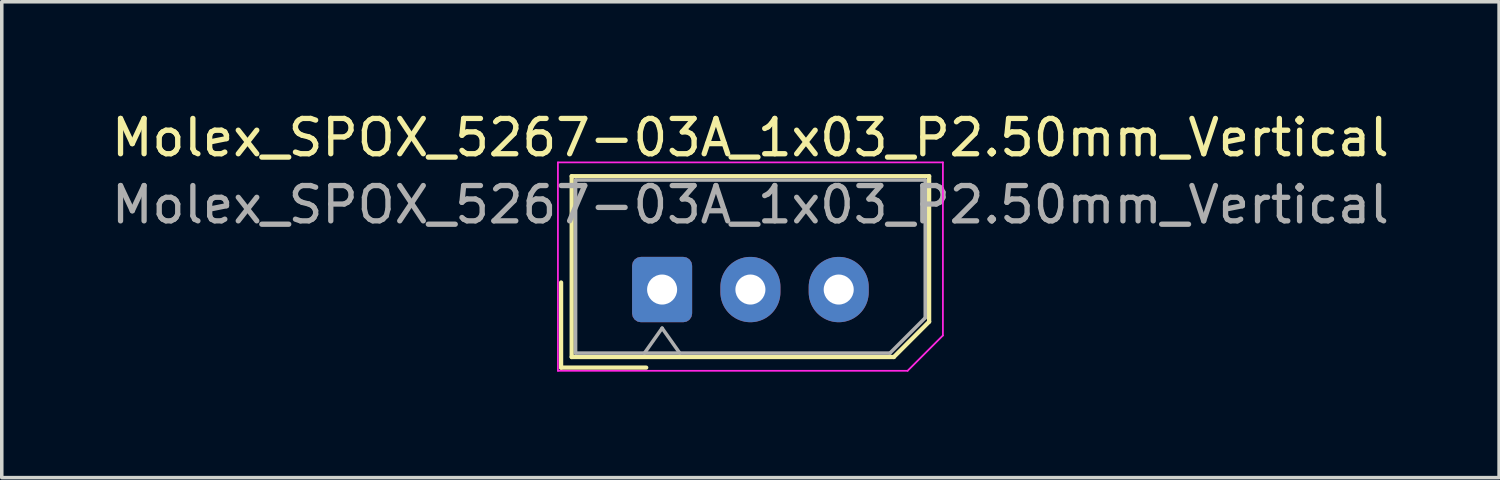
<source format=kicad_pcb>
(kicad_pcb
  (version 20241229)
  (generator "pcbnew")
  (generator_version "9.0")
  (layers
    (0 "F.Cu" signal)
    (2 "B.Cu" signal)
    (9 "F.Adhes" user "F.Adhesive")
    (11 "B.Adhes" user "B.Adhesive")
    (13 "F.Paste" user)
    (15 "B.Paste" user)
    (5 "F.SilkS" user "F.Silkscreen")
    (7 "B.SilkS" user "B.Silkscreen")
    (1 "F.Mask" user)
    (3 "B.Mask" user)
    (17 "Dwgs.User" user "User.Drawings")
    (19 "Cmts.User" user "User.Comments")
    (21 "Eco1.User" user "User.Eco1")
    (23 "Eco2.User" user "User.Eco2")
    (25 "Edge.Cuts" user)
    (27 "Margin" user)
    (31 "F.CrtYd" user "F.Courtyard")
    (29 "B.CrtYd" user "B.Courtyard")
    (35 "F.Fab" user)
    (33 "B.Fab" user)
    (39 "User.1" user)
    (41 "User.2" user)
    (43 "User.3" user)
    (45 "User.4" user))
  (footprint "Molex_SPOX_5267-03A_1x03_P2.50mm_Vertical"
    (layer "F.Cu")
    (at 15.696 5.148)
    (property "Reference" "Molex_SPOX_5267-03A_1x03_P2.50mm_Vertical" (at 2.5 -4.3 0) (layer "F.SilkS") (effects (font (size 1 1) (thickness 0.15))))
    (attr through_hole)
    (fp_line (start -2.86 -0.2) (end -2.86 2.21) (stroke (width 0.12) (type solid)) (layer "F.SilkS"))
    (fp_line (start -2.86 2.21) (end -0.45 2.21) (stroke (width 0.12) (type solid)) (layer "F.SilkS"))
    (fp_line (start -2.56 -3.21) (end -2.56 1.91) (stroke (width 0.12) (type solid)) (layer "F.SilkS"))
    (fp_line (start -2.56 1.91) (end 6.56 1.91) (stroke (width 0.12) (type solid)) (layer "F.SilkS"))
    (fp_line (start 6.56 1.91) (end 7.56 0.91) (stroke (width 0.12) (type solid)) (layer "F.SilkS"))
    (fp_line (start 7.56 -3.21) (end -2.56 -3.21) (stroke (width 0.12) (type solid)) (layer "F.SilkS"))
    (fp_line (start 7.56 0.91) (end 7.56 -3.21) (stroke (width 0.12) (type solid)) (layer "F.SilkS"))
    (fp_line (start -2.95 -3.6) (end -2.95 2.3) (stroke (width 0.05) (type solid)) (layer "F.CrtYd"))
    (fp_line (start -2.95 2.3) (end 6.95 2.3) (stroke (width 0.05) (type solid)) (layer "F.CrtYd"))
    (fp_line (start 6.95 2.3) (end 7.95 1.3) (stroke (width 0.05) (type solid)) (layer "F.CrtYd"))
    (fp_line (start 7.95 -3.6) (end -2.95 -3.6) (stroke (width 0.05) (type solid)) (layer "F.CrtYd"))
    (fp_line (start 7.95 1.3) (end 7.95 -3.6) (stroke (width 0.05) (type solid)) (layer "F.CrtYd"))
    (fp_line (start -2.45 -3.1) (end -2.45 1.8) (stroke (width 0.1) (type solid)) (layer "F.Fab"))
    (fp_line (start -2.45 1.8) (end 6.45 1.8) (stroke (width 0.1) (type solid)) (layer "F.Fab"))
    (fp_line (start -0.5 1.8) (end 0 1.093) (stroke (width 0.1) (type solid)) (layer "F.Fab"))
    (fp_line (start 0 1.093) (end 0.5 1.8) (stroke (width 0.1) (type solid)) (layer "F.Fab"))
    (fp_line (start 6.45 1.8) (end 7.45 0.8) (stroke (width 0.1) (type solid)) (layer "F.Fab"))
    (fp_line (start 7.45 -3.1) (end -2.45 -3.1) (stroke (width 0.1) (type solid)) (layer "F.Fab"))
    (fp_line (start 7.45 0.8) (end 7.45 -3.1) (stroke (width 0.1) (type solid)) (layer "F.Fab"))
    (fp_text user "${REFERENCE}" (at 2.5 -2.4 0) (layer "F.Fab") (effects (font (size 1 1) (thickness 0.15))))
    (pad "1" thru_hole roundrect (at 0 0) (size 1.7 1.85) (drill 0.85) (layers "*.Cu" "*.Mask") (roundrect_rratio 0.147))
    (pad "2" thru_hole oval (at 2.5 0) (size 1.7 1.85) (drill 0.85) (layers "*.Cu" "*.Mask"))
    (pad "3" thru_hole oval (at 5 0) (size 1.7 1.85) (drill 0.85) (layers "*.Cu" "*.Mask")))
  (gr_rect
    (start -3 -3)
    (end 39.393 10.473)
    (stroke (width 0.1) (type default))
    (fill no)
    (layer "Edge.Cuts")))
</source>
